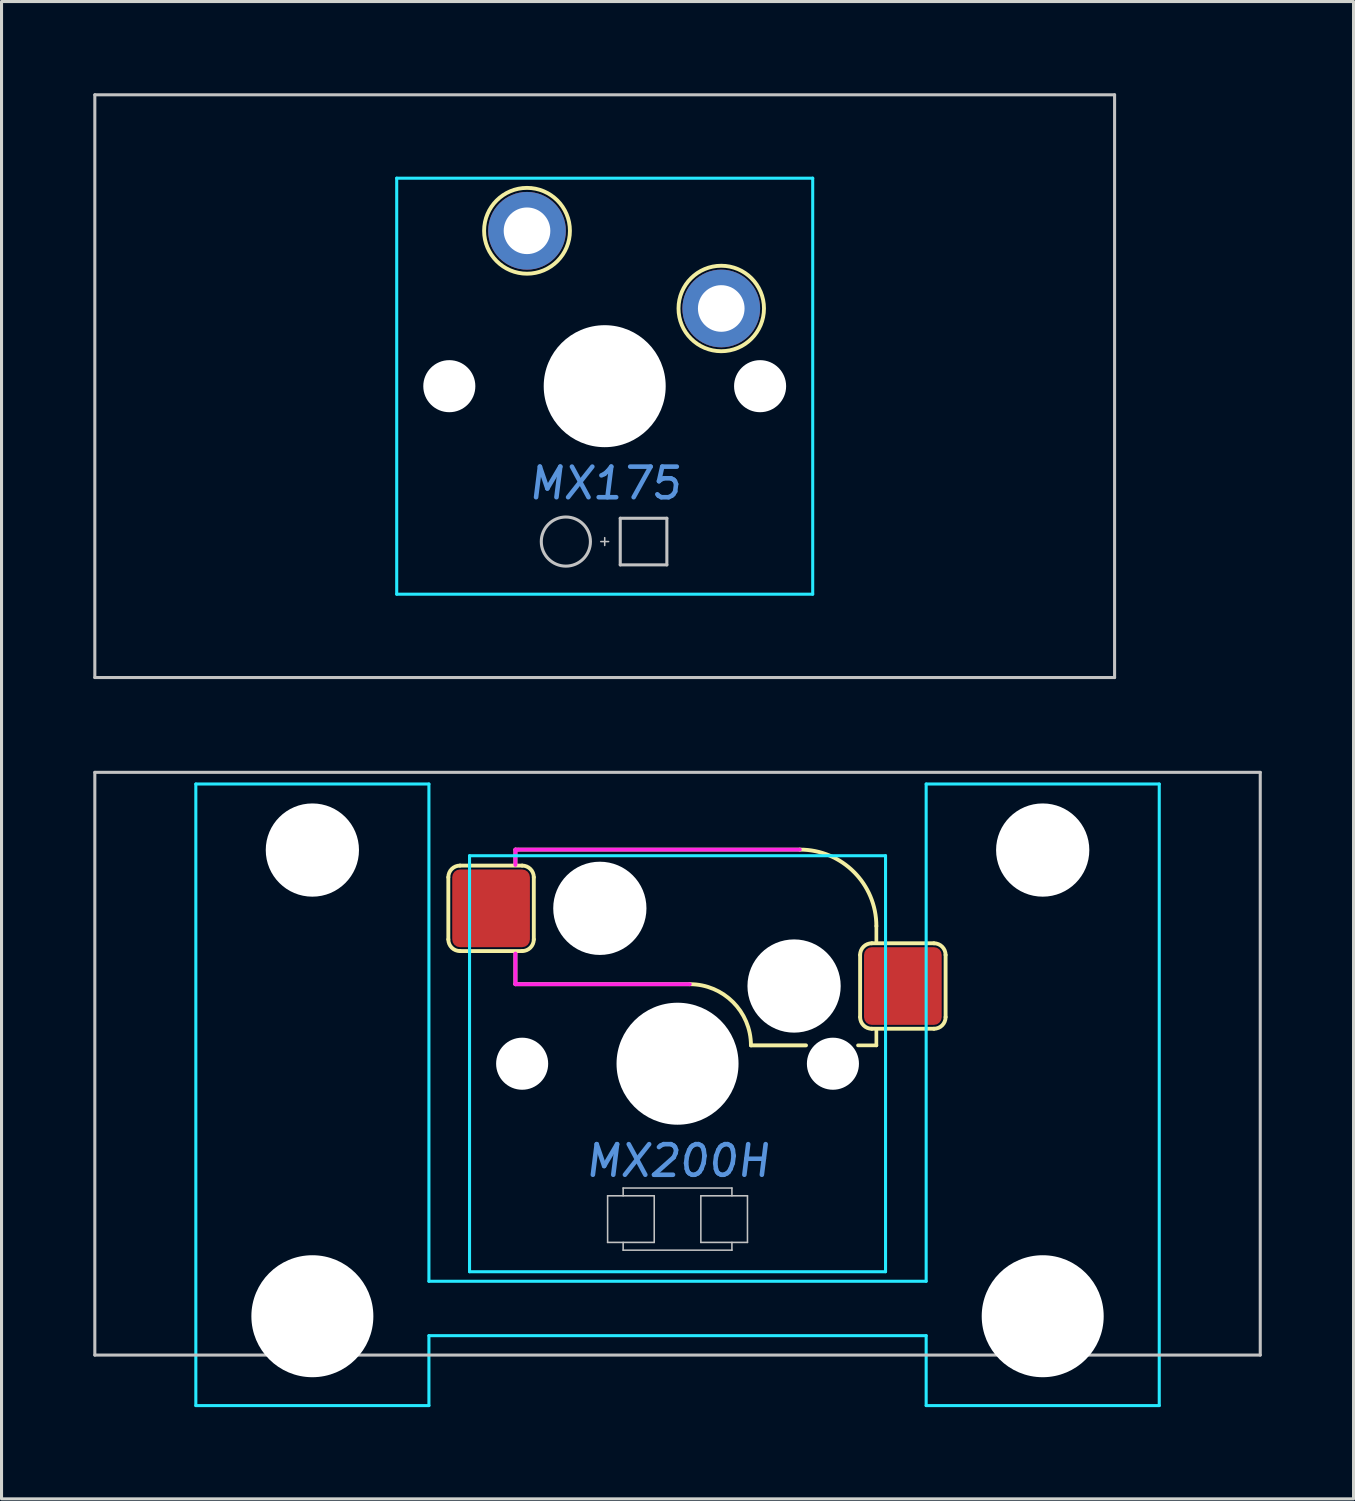
<source format=kicad_pcb>
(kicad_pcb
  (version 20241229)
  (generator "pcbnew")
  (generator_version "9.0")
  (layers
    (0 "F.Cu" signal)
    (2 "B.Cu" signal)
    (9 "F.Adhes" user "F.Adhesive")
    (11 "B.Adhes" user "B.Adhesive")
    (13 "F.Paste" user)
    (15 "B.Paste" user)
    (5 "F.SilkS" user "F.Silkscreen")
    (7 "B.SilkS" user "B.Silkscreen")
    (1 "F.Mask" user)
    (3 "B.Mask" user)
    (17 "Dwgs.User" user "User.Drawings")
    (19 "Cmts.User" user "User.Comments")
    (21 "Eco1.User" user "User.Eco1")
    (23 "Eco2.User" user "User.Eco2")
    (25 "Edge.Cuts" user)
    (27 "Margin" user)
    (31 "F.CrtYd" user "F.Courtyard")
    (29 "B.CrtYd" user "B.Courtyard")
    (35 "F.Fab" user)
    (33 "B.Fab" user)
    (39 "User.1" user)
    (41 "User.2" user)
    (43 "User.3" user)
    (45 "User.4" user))
  (footprint "MX200H"
    (layer "F.Cu")
    (at 19.1 31.725)
    (property "Reference" "MX200H" (at 0 3.175 0) (layer "Cmts.User") (effects (font (size 1 1) (thickness 0.15) (italic yes))))
    (attr through_hole)
    (fp_line (start -7.493 -6.096) (end -7.493 -4.064) (stroke (width 0.127) (type solid)) (layer "F.SilkS"))
    (fp_line (start -7.112 -3.683) (end -5.08 -3.683) (stroke (width 0.127) (type solid)) (layer "F.SilkS"))
    (fp_line (start -5.3 -7) (end -5.3 -6.5) (stroke (width 0.127) (type solid)) (layer "F.SilkS"))
    (fp_line (start -5.3 -3.6) (end -5.3 -2.6) (stroke (width 0.127) (type solid)) (layer "F.SilkS"))
    (fp_line (start -5.08 -6.477) (end -7.112 -6.477) (stroke (width 0.127) (type solid)) (layer "F.SilkS"))
    (fp_line (start -4.699 -4.064) (end -4.699 -6.096) (stroke (width 0.127) (type solid)) (layer "F.SilkS"))
    (fp_line (start 0.4 -2.6) (end -5.3 -2.6) (stroke (width 0.127) (type solid)) (layer "F.SilkS"))
    (fp_line (start 4 -7) (end -5.3 -7) (stroke (width 0.12) (type solid)) (layer "F.SilkS"))
    (fp_line (start 4.2 -0.6) (end 2.4 -0.6) (stroke (width 0.127) (type solid)) (layer "F.SilkS"))
    (fp_line (start 5.969 -3.556) (end 5.969 -1.524) (stroke (width 0.127) (type solid)) (layer "F.SilkS"))
    (fp_line (start 6.35 -1.143) (end 8.382 -1.143) (stroke (width 0.127) (type solid)) (layer "F.SilkS"))
    (fp_line (start 6.5 -4.5) (end 6.5 -4) (stroke (width 0.12) (type solid)) (layer "F.SilkS"))
    (fp_line (start 6.5 -1.1) (end 6.5 -0.6) (stroke (width 0.12) (type solid)) (layer "F.SilkS"))
    (fp_line (start 6.5 -0.6) (end 5.9 -0.6) (stroke (width 0.12) (type solid)) (layer "F.SilkS"))
    (fp_line (start 8.382 -3.937) (end 6.35 -3.937) (stroke (width 0.127) (type solid)) (layer "F.SilkS"))
    (fp_line (start 8.763 -1.524) (end 8.763 -3.556) (stroke (width 0.127) (type solid)) (layer "F.SilkS"))
    (fp_arc (start -7.493 -6.096) (mid -7.381408 -6.365408) (end -7.112 -6.477) (stroke (width 0.127) (type solid)) (layer "F.SilkS"))
    (fp_arc (start -7.112 -3.683) (mid -7.381408 -3.794592) (end -7.493 -4.064) (stroke (width 0.127) (type solid)) (layer "F.SilkS"))
    (fp_arc (start -5.08 -6.477) (mid -4.810592 -6.365408) (end -4.699 -6.096) (stroke (width 0.127) (type solid)) (layer "F.SilkS"))
    (fp_arc (start -4.699 -4.064) (mid -4.810592 -3.794592) (end -5.08 -3.683) (stroke (width 0.127) (type solid)) (layer "F.SilkS"))
    (fp_arc (start 0.4 -2.6) (mid 1.814214 -2.014214) (end 2.4 -0.6) (stroke (width 0.127) (type solid)) (layer "F.SilkS"))
    (fp_arc (start 4 -7) (mid 5.767767 -6.267767) (end 6.5 -4.5) (stroke (width 0.127) (type solid)) (layer "F.SilkS"))
    (fp_arc (start 5.969 -3.556) (mid 6.080592 -3.825408) (end 6.35 -3.937) (stroke (width 0.127) (type solid)) (layer "F.SilkS"))
    (fp_arc (start 6.35 -1.143) (mid 6.080592 -1.254592) (end 5.969 -1.524) (stroke (width 0.127) (type solid)) (layer "F.SilkS"))
    (fp_arc (start 8.382 -3.937) (mid 8.651408 -3.825408) (end 8.763 -3.556) (stroke (width 0.127) (type solid)) (layer "F.SilkS"))
    (fp_arc (start 8.763 -1.524) (mid 8.651408 -1.254592) (end 8.382 -1.143) (stroke (width 0.127) (type solid)) (layer "F.SilkS"))
    (fp_line (start -19.05 -9.525) (end -19.05 9.525) (stroke (width 0.1) (type solid)) (layer "Dwgs.User"))
    (fp_line (start -19.05 -9.525) (end 19.05 -9.525) (stroke (width 0.1) (type solid)) (layer "Dwgs.User"))
    (fp_line (start -19.05 9.525) (end 19.05 9.525) (stroke (width 0.1) (type solid)) (layer "Dwgs.User"))
    (fp_line (start -2.286 4.318) (end -0.762 4.318) (stroke (width 0.051) (type solid)) (layer "Dwgs.User"))
    (fp_line (start -2.286 5.842) (end -2.286 4.318) (stroke (width 0.051) (type solid)) (layer "Dwgs.User"))
    (fp_line (start -1.778 4.064) (end 1.778 4.064) (stroke (width 0.051) (type solid)) (layer "Dwgs.User"))
    (fp_line (start -1.778 4.318) (end -1.778 4.064) (stroke (width 0.051) (type solid)) (layer "Dwgs.User"))
    (fp_line (start -1.778 6.096) (end -1.778 5.842) (stroke (width 0.051) (type solid)) (layer "Dwgs.User"))
    (fp_line (start -0.762 4.318) (end -0.762 5.842) (stroke (width 0.051) (type solid)) (layer "Dwgs.User"))
    (fp_line (start -0.762 5.842) (end -2.286 5.842) (stroke (width 0.051) (type solid)) (layer "Dwgs.User"))
    (fp_line (start 0.762 4.318) (end 2.286 4.318) (stroke (width 0.051) (type solid)) (layer "Dwgs.User"))
    (fp_line (start 0.762 5.842) (end 0.762 4.318) (stroke (width 0.051) (type solid)) (layer "Dwgs.User"))
    (fp_line (start 1.778 4.064) (end 1.778 4.318) (stroke (width 0.051) (type solid)) (layer "Dwgs.User"))
    (fp_line (start 1.778 5.842) (end 1.778 6.096) (stroke (width 0.051) (type solid)) (layer "Dwgs.User"))
    (fp_line (start 1.778 6.096) (end -1.778 6.096) (stroke (width 0.051) (type solid)) (layer "Dwgs.User"))
    (fp_line (start 2.286 4.318) (end 2.286 5.842) (stroke (width 0.051) (type solid)) (layer "Dwgs.User"))
    (fp_line (start 2.286 5.842) (end 0.762 5.842) (stroke (width 0.051) (type solid)) (layer "Dwgs.User"))
    (fp_line (start 19.05 -9.525) (end 19.05 9.525) (stroke (width 0.1) (type solid)) (layer "Dwgs.User"))
    (fp_line (start -15.748 -9.144) (end -15.748 11.176) (stroke (width 0.1) (type solid)) (layer "B.CrtYd"))
    (fp_line (start -15.748 11.176) (end -8.128 11.176) (stroke (width 0.1) (type solid)) (layer "B.CrtYd"))
    (fp_line (start -8.128 -9.144) (end -15.748 -9.144) (stroke (width 0.1) (type solid)) (layer "B.CrtYd"))
    (fp_line (start -8.128 7.112) (end -8.128 -9.144) (stroke (width 0.1) (type solid)) (layer "B.CrtYd"))
    (fp_line (start -8.128 7.112) (end 8.128 7.112) (stroke (width 0.1) (type solid)) (layer "B.CrtYd"))
    (fp_line (start -8.128 8.89) (end -8.128 11.176) (stroke (width 0.1) (type solid)) (layer "B.CrtYd"))
    (fp_line (start -8.128 8.89) (end 8.128 8.89) (stroke (width 0.1) (type solid)) (layer "B.CrtYd"))
    (fp_line (start -6.8 -6.8) (end -6.8 6.8) (stroke (width 0.1) (type solid)) (layer "B.CrtYd"))
    (fp_line (start 6.8 -6.8) (end -6.8 -6.8) (stroke (width 0.1) (type solid)) (layer "B.CrtYd"))
    (fp_line (start 6.8 -6.8) (end 6.8 6.8) (stroke (width 0.1) (type solid)) (layer "B.CrtYd"))
    (fp_line (start 6.8 6.8) (end -6.8 6.8) (stroke (width 0.1) (type solid)) (layer "B.CrtYd"))
    (fp_line (start 8.128 7.112) (end 8.128 -9.144) (stroke (width 0.1) (type solid)) (layer "B.CrtYd"))
    (fp_line (start 8.128 8.89) (end 8.128 11.176) (stroke (width 0.1) (type solid)) (layer "B.CrtYd"))
    (fp_line (start 8.128 11.176) (end 15.748 11.176) (stroke (width 0.1) (type solid)) (layer "B.CrtYd"))
    (fp_line (start 15.748 -9.144) (end 8.128 -9.144) (stroke (width 0.1) (type solid)) (layer "B.CrtYd"))
    (fp_line (start 15.748 11.176) (end 15.748 -9.144) (stroke (width 0.1) (type solid)) (layer "B.CrtYd"))
    (fp_line (start -5.3 -7) (end -5.3 -6.5) (stroke (width 0.127) (type solid)) (layer "F.CrtYd"))
    (fp_line (start -5.3 -3.6) (end -5.3 -2.6) (stroke (width 0.127) (type solid)) (layer "F.CrtYd"))
    (fp_line (start -5.2 -7) (end -5.3 -7) (stroke (width 0.12) (type solid)) (layer "F.CrtYd"))
    (fp_line (start 0.4 -2.6) (end -5.3 -2.6) (stroke (width 0.127) (type solid)) (layer "F.CrtYd"))
    (fp_line (start 4 -7) (end -5.2 -7) (stroke (width 0.12) (type solid)) (layer "F.CrtYd"))
    (pad "" np_thru_hole circle (at -11.938 -6.985) (size 3.048 3.048) (drill 3.048) (layers "*.Cu" "*.Mask"))
    (pad "" np_thru_hole circle (at -11.938 8.255) (size 3.988 3.988) (drill 3.988) (layers "*.Cu" "*.Mask"))
    (pad "" np_thru_hole circle (at -5.08 0) (size 1.702 1.702) (drill 1.702) (layers "*.Cu" "*.Mask"))
    (pad "" np_thru_hole circle (at -2.54 -5.08) (size 3.048 3.048) (drill 3.048) (layers "*.Cu" "*.Mask"))
    (pad "" np_thru_hole circle (at 0 0) (size 3.988 3.988) (drill 3.988) (layers "*.Cu" "*.Mask"))
    (pad "" np_thru_hole circle (at 3.81 -2.54) (size 3.048 3.048) (drill 3.048) (layers "*.Cu" "*.Mask"))
    (pad "" np_thru_hole circle (at 5.08 0) (size 1.702 1.702) (drill 1.702) (layers "*.Cu" "*.Mask"))
    (pad "" np_thru_hole circle (at 11.938 -6.985) (size 3.048 3.048) (drill 3.048) (layers "*.Cu" "*.Mask"))
    (pad "" np_thru_hole circle (at 11.938 8.255) (size 3.988 3.988) (drill 3.988) (layers "*.Cu" "*.Mask"))
    (pad "1" smd roundrect (at -6.096 -5.08) (size 2.54 2.54) (layers "F.Cu" "F.Mask") (roundrect_rratio 0.1))
    (pad "2" smd roundrect (at 7.366 -2.54) (size 2.54 2.54) (layers "F.Cu" "F.Mask") (roundrect_rratio 0.1)))
  (footprint "MX175"
    (layer "F.Cu")
    (at 16.719 9.575)
    (property "Reference" "MX175" (at 0 3.175 0) (layer "Cmts.User") (effects (font (size 1 1) (thickness 0.15) (italic yes))))
    (attr through_hole)
    (fp_circle (center -2.54 -5.08) (end -1.143 -4.953) (stroke (width 0.127) (type solid)) (fill no) (layer "F.SilkS"))
    (fp_circle (center 3.81 -2.54) (end 5.207 -2.54) (stroke (width 0.127) (type solid)) (fill no) (layer "F.SilkS"))
    (fp_line (start -16.669 -9.525) (end -16.669 9.525) (stroke (width 0.1) (type solid)) (layer "Dwgs.User"))
    (fp_line (start -16.669 -9.525) (end 16.669 -9.525) (stroke (width 0.1) (type solid)) (layer "Dwgs.User"))
    (fp_line (start -16.669 9.525) (end 16.669 9.525) (stroke (width 0.1) (type solid)) (layer "Dwgs.User"))
    (fp_line (start -0.127 5.08) (end 0.127 5.08) (stroke (width 0.05) (type solid)) (layer "Dwgs.User"))
    (fp_line (start 0 4.953) (end 0 5.207) (stroke (width 0.05) (type solid)) (layer "Dwgs.User"))
    (fp_line (start 0.508 4.318) (end 0.508 5.842) (stroke (width 0.1) (type solid)) (layer "Dwgs.User"))
    (fp_line (start 0.508 4.318) (end 2.032 4.318) (stroke (width 0.1) (type solid)) (layer "Dwgs.User"))
    (fp_line (start 0.508 5.842) (end 2.032 5.842) (stroke (width 0.1) (type solid)) (layer "Dwgs.User"))
    (fp_line (start 2.032 5.842) (end 2.032 4.318) (stroke (width 0.1) (type solid)) (layer "Dwgs.User"))
    (fp_line (start 16.669 -9.525) (end 16.669 9.525) (stroke (width 0.1) (type solid)) (layer "Dwgs.User"))
    (fp_circle (center -1.27 5.08) (end -0.467 5.08) (stroke (width 0.1) (type solid)) (fill no) (layer "Dwgs.User"))
    (fp_line (start -6.8 -6.8) (end 6.8 -6.8) (stroke (width 0.1) (type solid)) (layer "B.CrtYd"))
    (fp_line (start -6.8 6.8) (end -6.8 -6.8) (stroke (width 0.1) (type solid)) (layer "B.CrtYd"))
    (fp_line (start -6.8 6.8) (end 6.8 6.8) (stroke (width 0.1) (type solid)) (layer "B.CrtYd"))
    (fp_line (start 6.8 6.8) (end 6.8 -6.8) (stroke (width 0.1) (type solid)) (layer "B.CrtYd"))
    (pad "" np_thru_hole circle (at -5.08 0) (size 1.702 1.702) (drill 1.702) (layers "*.Cu" "*.Mask"))
    (pad "" np_thru_hole circle (at 0 0) (size 3.988 3.988) (drill 3.988) (layers "*.Cu" "*.Mask"))
    (pad "" np_thru_hole circle (at 5.08 0) (size 1.702 1.702) (drill 1.702) (layers "*.Cu" "*.Mask"))
    (pad "1" thru_hole circle (at -2.54 -5.08) (size 2.54 2.54) (drill 1.524) (layers "*.Cu" "*.Mask"))
    (pad "2" thru_hole circle (at 3.81 -2.54) (size 2.54 2.54) (drill 1.524) (layers "*.Cu" "*.Mask")))
  (gr_rect
    (start -3 -3)
    (end 41.2 45.951)
    (stroke (width 0.1) (type default))
    (fill no)
    (layer "Edge.Cuts")))
</source>
